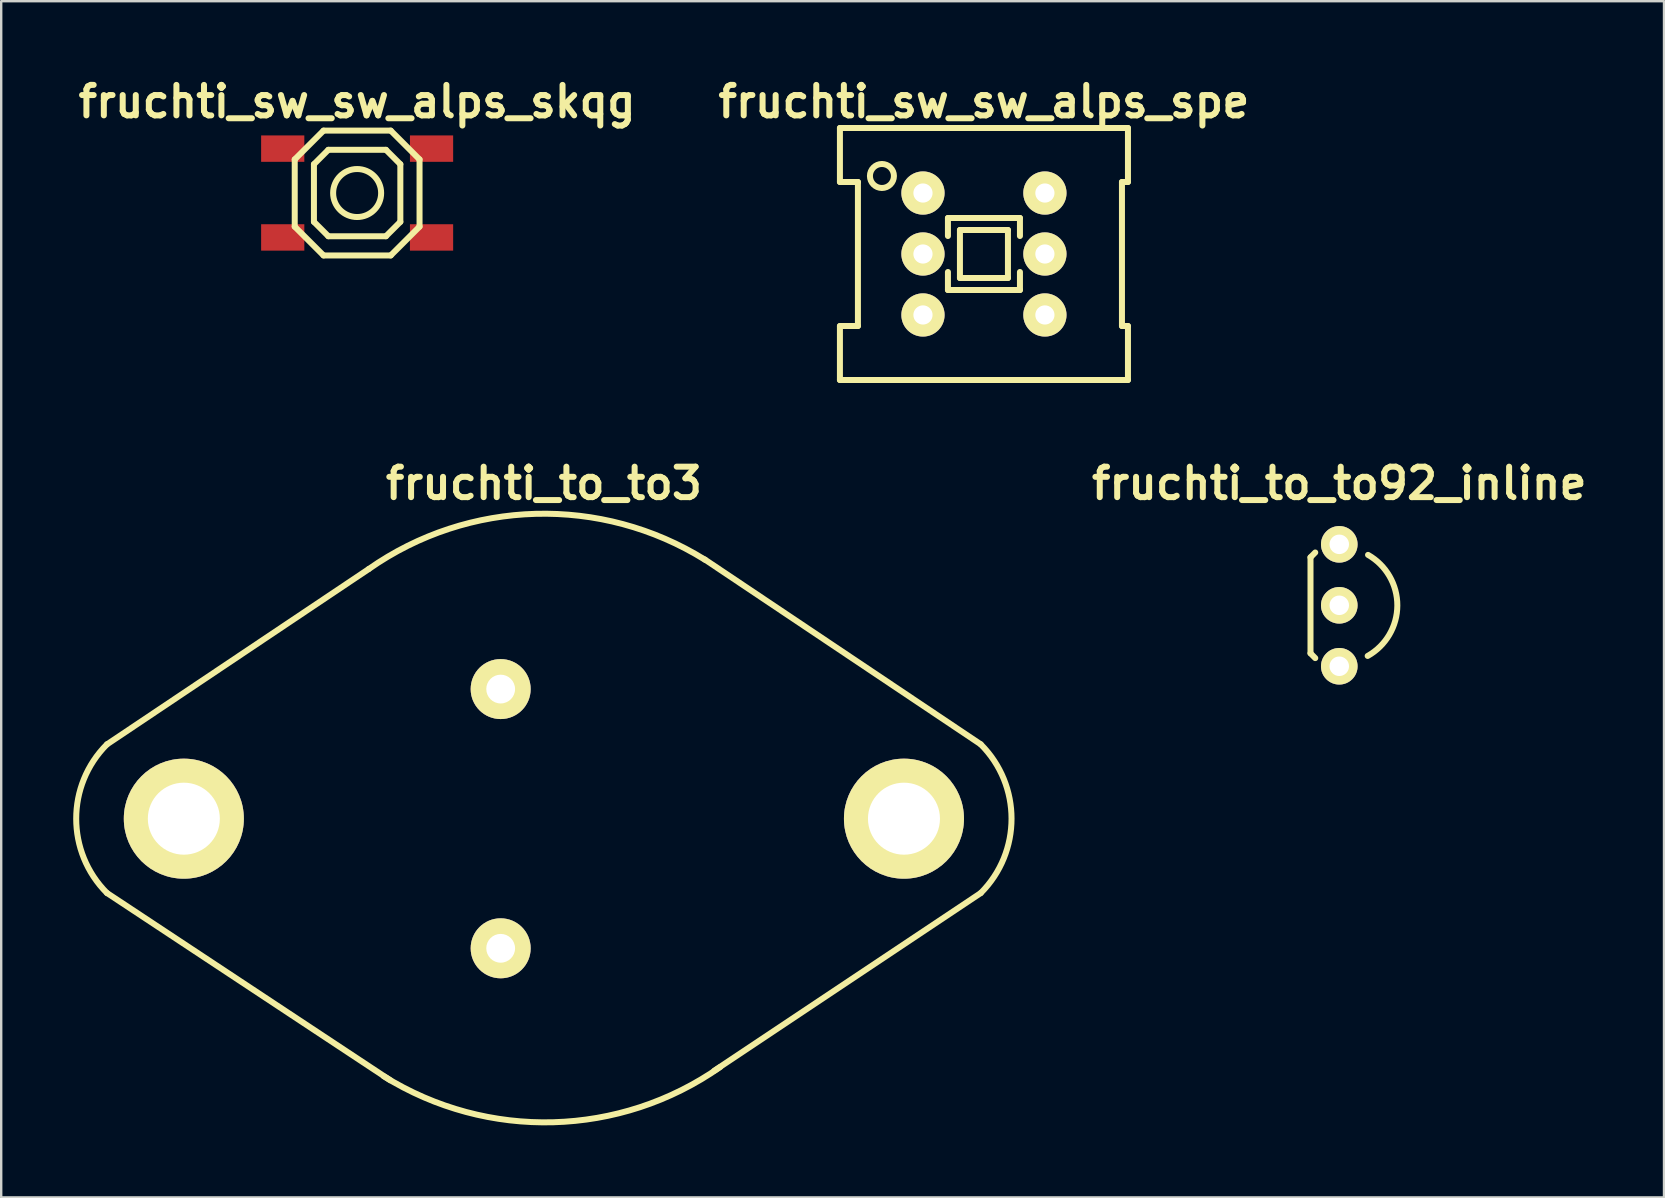
<source format=kicad_pcb>
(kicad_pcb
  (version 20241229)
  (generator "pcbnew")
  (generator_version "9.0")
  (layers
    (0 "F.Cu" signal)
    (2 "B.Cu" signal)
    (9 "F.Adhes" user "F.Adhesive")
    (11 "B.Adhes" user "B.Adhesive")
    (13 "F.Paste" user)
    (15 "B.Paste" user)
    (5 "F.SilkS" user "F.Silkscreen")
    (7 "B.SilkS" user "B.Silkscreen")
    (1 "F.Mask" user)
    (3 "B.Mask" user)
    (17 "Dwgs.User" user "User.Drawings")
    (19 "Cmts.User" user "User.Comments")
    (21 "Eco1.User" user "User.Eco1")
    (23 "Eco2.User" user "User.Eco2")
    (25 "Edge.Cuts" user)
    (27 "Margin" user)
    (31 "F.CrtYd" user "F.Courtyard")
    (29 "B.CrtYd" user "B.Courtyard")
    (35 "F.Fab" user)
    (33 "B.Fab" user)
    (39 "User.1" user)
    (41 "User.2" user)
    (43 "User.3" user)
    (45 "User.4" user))
  (footprint "fruchti_sw_sw_alps_skqg"
    (layer "F.Cu")
    (at 11.829 4.992)
    (property "Reference" "fruchti_sw_sw_alps_skqg" (at 0 -3.81 0) (layer "F.SilkS") (effects (font (size 1.27 1.27) (thickness 0.25))))
    (attr through_hole)
    (fp_line (start -2.6 -1.4) (end -1.4 -2.6) (stroke (width 0.25) (type solid)) (layer "F.SilkS"))
    (fp_line (start -2.6 1.4) (end -2.6 -1.4) (stroke (width 0.25) (type solid)) (layer "F.SilkS"))
    (fp_line (start -1.8 -1.2) (end -1.2 -1.8) (stroke (width 0.25) (type solid)) (layer "F.SilkS"))
    (fp_line (start -1.8 1.2) (end -1.8 -1.2) (stroke (width 0.25) (type solid)) (layer "F.SilkS"))
    (fp_line (start -1.4 -2.6) (end 1.4 -2.6) (stroke (width 0.25) (type solid)) (layer "F.SilkS"))
    (fp_line (start -1.4 2.6) (end -2.6 1.4) (stroke (width 0.25) (type solid)) (layer "F.SilkS"))
    (fp_line (start -1.2 -1.8) (end 1.2 -1.8) (stroke (width 0.25) (type solid)) (layer "F.SilkS"))
    (fp_line (start -1.2 1.8) (end -1.8 1.2) (stroke (width 0.25) (type solid)) (layer "F.SilkS"))
    (fp_line (start 1.2 -1.8) (end 1.8 -1.2) (stroke (width 0.25) (type solid)) (layer "F.SilkS"))
    (fp_line (start 1.2 1.8) (end -1.2 1.8) (stroke (width 0.25) (type solid)) (layer "F.SilkS"))
    (fp_line (start 1.4 -2.6) (end 2.6 -1.4) (stroke (width 0.25) (type solid)) (layer "F.SilkS"))
    (fp_line (start 1.4 2.6) (end -1.4 2.6) (stroke (width 0.25) (type solid)) (layer "F.SilkS"))
    (fp_line (start 1.8 -1.2) (end 1.8 1.2) (stroke (width 0.25) (type solid)) (layer "F.SilkS"))
    (fp_line (start 1.8 1.2) (end 1.2 1.8) (stroke (width 0.25) (type solid)) (layer "F.SilkS"))
    (fp_line (start 2.6 -1.4) (end 2.6 1.4) (stroke (width 0.25) (type solid)) (layer "F.SilkS"))
    (fp_line (start 2.6 1.4) (end 1.4 2.6) (stroke (width 0.25) (type solid)) (layer "F.SilkS"))
    (fp_circle (center 0 0) (end 1 0) (stroke (width 0.25) (type solid)) (fill no) (layer "F.SilkS"))
    (pad "1" smd rect (at -3.1 -1.85) (size 1.8 1.1) (layers "F.Cu" "F.Mask" "F.Paste"))
    (pad "2" smd rect (at 3.1 -1.85) (size 1.8 1.1) (layers "F.Cu" "F.Mask" "F.Paste"))
    (pad "3" smd rect (at -3.1 1.85) (size 1.8 1.1) (layers "F.Cu" "F.Mask" "F.Paste"))
    (pad "4" smd rect (at 3.1 1.85) (size 1.8 1.1) (layers "F.Cu" "F.Mask" "F.Paste")))
  (footprint "fruchti_to_to3"
    (layer "F.Cu")
    (at 19.61 31.058)
    (property "Reference" "fruchti_to_to3" (at 0 -13.97 0) (layer "F.SilkS") (effects (font (size 1.27 1.27) (thickness 0.25))))
    (attr through_hole)
    (fp_line (start -7.3 -10.399) (end -18.199 -3.099) (stroke (width 0.25) (type solid)) (layer "F.SilkS"))
    (fp_line (start -6.401 10.899) (end -18.199 3.099) (stroke (width 0.25) (type solid)) (layer "F.SilkS"))
    (fp_line (start 6.701 -10.8) (end 18.199 -3.099) (stroke (width 0.25) (type solid)) (layer "F.SilkS"))
    (fp_line (start 7.099 10.5) (end 18.199 3.099) (stroke (width 0.25) (type solid)) (layer "F.SilkS"))
    (fp_arc (start -18.20164 3.0988) (mid -19.485205 0) (end -18.20164 -3.0988) (stroke (width 0.25) (type solid)) (layer "F.SilkS"))
    (fp_arc (start -7.29996 -10.39876) (mid -0.347873 -12.700496) (end 6.719787 -10.782768) (stroke (width 0.25) (type solid)) (layer "F.SilkS"))
    (fp_arc (start 7.34568 10.34542) (mid 0.393593 12.647156) (end -6.674067 10.729428) (stroke (width 0.25) (type solid)) (layer "F.SilkS"))
    (fp_arc (start 18.1991 -3.0988) (mid 19.482665 0) (end 18.1991 3.0988) (stroke (width 0.25) (type solid)) (layer "F.SilkS"))
    (pad "1" thru_hole circle (at -1.801 -5.4) (size 2.499 2.499) (drill 1.199) (layers "*.Cu" "*.Mask" "F.SilkS"))
    (pad "2" thru_hole circle (at -1.801 5.4) (size 2.499 2.499) (drill 1.199) (layers "*.Cu" "*.Mask" "F.SilkS"))
    (pad "3" thru_hole circle (at -15.001 0) (size 5.001 5.001) (drill 3) (layers "*.Cu" "*.Mask" "F.SilkS"))
    (pad "3" thru_hole circle (at 15.001 0) (size 5.001 5.001) (drill 3) (layers "*.Cu" "*.Mask" "F.SilkS")))
  (footprint "fruchti_sw_sw_alps_spe"
    (layer "F.Cu")
    (at 37.943 7.532)
    (property "Reference" "fruchti_sw_sw_alps_spe" (at 0 -6.35 0) (layer "F.SilkS") (effects (font (size 1.27 1.27) (thickness 0.25))))
    (attr through_hole)
    (fp_line (start -6 -5.25) (end -6 -3) (stroke (width 0.25) (type solid)) (layer "F.SilkS"))
    (fp_line (start -6 -3) (end -5.25 -3) (stroke (width 0.25) (type solid)) (layer "F.SilkS"))
    (fp_line (start -6 3) (end -5.25 3) (stroke (width 0.25) (type solid)) (layer "F.SilkS"))
    (fp_line (start -6 5.25) (end -6 3) (stroke (width 0.25) (type solid)) (layer "F.SilkS"))
    (fp_line (start -5.25 3) (end -5.25 -3) (stroke (width 0.25) (type solid)) (layer "F.SilkS"))
    (fp_line (start -1.5 -1.5) (end -1.5 -0.75) (stroke (width 0.25) (type solid)) (layer "F.SilkS"))
    (fp_line (start -1.5 0.75) (end -1.5 1.5) (stroke (width 0.25) (type solid)) (layer "F.SilkS"))
    (fp_line (start -1.5 1.5) (end 1.5 1.5) (stroke (width 0.25) (type solid)) (layer "F.SilkS"))
    (fp_line (start -1 -1) (end -1 1) (stroke (width 0.25) (type solid)) (layer "F.SilkS"))
    (fp_line (start -1 -1) (end 1 -1) (stroke (width 0.25) (type solid)) (layer "F.SilkS"))
    (fp_line (start -1 1) (end 1 1) (stroke (width 0.25) (type solid)) (layer "F.SilkS"))
    (fp_line (start 1 -1) (end 1 1) (stroke (width 0.25) (type solid)) (layer "F.SilkS"))
    (fp_line (start 1.5 -1.5) (end -1.5 -1.5) (stroke (width 0.25) (type solid)) (layer "F.SilkS"))
    (fp_line (start 1.5 -0.75) (end 1.5 -1.5) (stroke (width 0.25) (type solid)) (layer "F.SilkS"))
    (fp_line (start 1.5 1.5) (end 1.5 0.75) (stroke (width 0.25) (type solid)) (layer "F.SilkS"))
    (fp_line (start 5.75 -3) (end 6 -3) (stroke (width 0.25) (type solid)) (layer "F.SilkS"))
    (fp_line (start 5.75 3) (end 5.75 -3) (stroke (width 0.25) (type solid)) (layer "F.SilkS"))
    (fp_line (start 6 -5.25) (end -6 -5.25) (stroke (width 0.25) (type solid)) (layer "F.SilkS"))
    (fp_line (start 6 -3) (end 6 -5.25) (stroke (width 0.25) (type solid)) (layer "F.SilkS"))
    (fp_line (start 6 3) (end 5.75 3) (stroke (width 0.25) (type solid)) (layer "F.SilkS"))
    (fp_line (start 6 5.25) (end -6 5.25) (stroke (width 0.25) (type solid)) (layer "F.SilkS"))
    (fp_line (start 6 5.25) (end 6 3) (stroke (width 0.25) (type solid)) (layer "F.SilkS"))
    (fp_circle (center -4.25 -3.25) (end -4.25 -2.75) (stroke (width 0.25) (type solid)) (fill no) (layer "F.SilkS"))
    (pad "1" thru_hole circle (at -2.54 -2.54) (size 1.8 1.8) (drill 0.8) (layers "*.Cu" "*.Mask" "F.SilkS"))
    (pad "2" thru_hole circle (at -2.54 0) (size 1.8 1.8) (drill 0.8) (layers "*.Cu" "*.Mask" "F.SilkS"))
    (pad "3" thru_hole circle (at -2.54 2.54) (size 1.8 1.8) (drill 0.8) (layers "*.Cu" "*.Mask" "F.SilkS"))
    (pad "4" thru_hole circle (at 2.54 -2.54) (size 1.8 1.8) (drill 0.8) (layers "*.Cu" "*.Mask" "F.SilkS"))
    (pad "5" thru_hole circle (at 2.54 0) (size 1.8 1.8) (drill 0.8) (layers "*.Cu" "*.Mask" "F.SilkS"))
    (pad "6" thru_hole circle (at 2.54 2.54) (size 1.8 1.8) (drill 0.8) (layers "*.Cu" "*.Mask" "F.SilkS")))
  (footprint "fruchti_to_to92_inline"
    (layer "F.Cu")
    (at 52.747 22.168)
    (property "Reference" "fruchti_to_to92_inline" (at 0 -5.08 0) (layer "F.SilkS") (effects (font (size 1.27 1.27) (thickness 0.25))))
    (attr through_hole)
    (fp_line (start -1.199 -1.999) (end -1.001 -2.2) (stroke (width 0.25) (type solid)) (layer "F.SilkS"))
    (fp_line (start -1.199 1.999) (end -1.199 -1.999) (stroke (width 0.25) (type solid)) (layer "F.SilkS"))
    (fp_line (start -1.199 1.999) (end -1.001 2.2) (stroke (width 0.25) (type solid)) (layer "F.SilkS"))
    (fp_arc (start 1.19888 -2.10058) (mid 2.418609 0.009077) (end 1.18308 2.109519) (stroke (width 0.25) (type solid)) (layer "F.SilkS"))
    (pad "1" thru_hole circle (at 0 -2.54) (size 1.524 1.524) (drill 0.813) (layers "*.Cu" "*.Mask" "F.SilkS"))
    (pad "2" thru_hole circle (at 0 0) (size 1.524 1.524) (drill 0.813) (layers "*.Cu" "*.Mask" "F.SilkS"))
    (pad "3" thru_hole circle (at 0 2.54) (size 1.524 1.524) (drill 0.813) (layers "*.Cu" "*.Mask" "F.SilkS")))
  (gr_rect
    (start -3 -3)
    (end 66.276 46.835)
    (stroke (width 0.1) (type default))
    (fill no)
    (layer "Edge.Cuts")))
</source>
